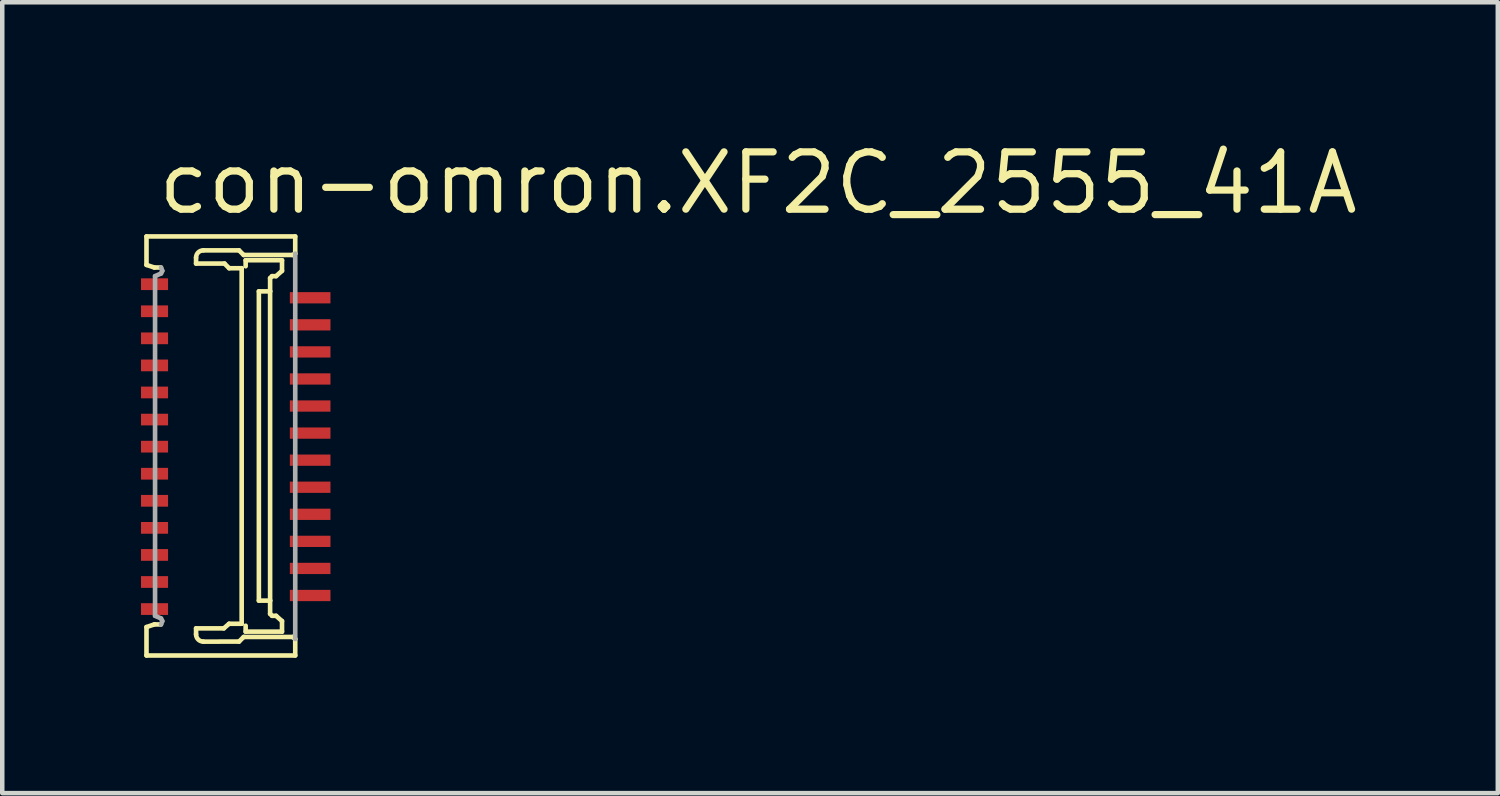
<source format=kicad_pcb>
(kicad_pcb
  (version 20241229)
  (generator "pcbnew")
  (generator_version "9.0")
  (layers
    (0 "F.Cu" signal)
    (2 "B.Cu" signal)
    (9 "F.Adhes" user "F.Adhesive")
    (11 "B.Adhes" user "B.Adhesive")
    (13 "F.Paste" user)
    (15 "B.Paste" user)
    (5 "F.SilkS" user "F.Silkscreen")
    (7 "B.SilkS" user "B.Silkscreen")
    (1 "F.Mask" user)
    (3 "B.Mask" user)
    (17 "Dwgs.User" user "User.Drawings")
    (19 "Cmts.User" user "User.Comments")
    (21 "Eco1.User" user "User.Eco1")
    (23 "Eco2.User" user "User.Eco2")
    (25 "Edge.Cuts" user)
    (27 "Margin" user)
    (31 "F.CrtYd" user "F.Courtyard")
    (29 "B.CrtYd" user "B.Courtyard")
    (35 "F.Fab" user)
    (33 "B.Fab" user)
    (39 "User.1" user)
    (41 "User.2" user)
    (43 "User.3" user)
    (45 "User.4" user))
  (footprint "con-omron.XF2C_2555_41A"
    (layer "F.Cu")
    (at 2.175 6.85)
    (property "Reference" "con-omron.XF2C_2555_41A" (at -1.8 -5.1 0) (layer "F.SilkS") (effects (font (size 1.27 1.27) (thickness 0.16)) (justify left bottom)))
    (attr smd)
    (fp_rect (start -2.15 -3.425) (end -1.45 -3.775) (stroke (width 0.05) (type default)) (fill yes) (layer "F.Mask"))
    (fp_rect (start -2.15 -2.825) (end -1.45 -3.175) (stroke (width 0.05) (type default)) (fill yes) (layer "F.Mask"))
    (fp_rect (start -2.15 -2.225) (end -1.45 -2.575) (stroke (width 0.05) (type default)) (fill yes) (layer "F.Mask"))
    (fp_rect (start -2.15 -1.625) (end -1.45 -1.975) (stroke (width 0.05) (type default)) (fill yes) (layer "F.Mask"))
    (fp_rect (start -2.15 -1.025) (end -1.45 -1.375) (stroke (width 0.05) (type default)) (fill yes) (layer "F.Mask"))
    (fp_rect (start -2.15 -0.425) (end -1.45 -0.775) (stroke (width 0.05) (type default)) (fill yes) (layer "F.Mask"))
    (fp_rect (start -2.15 0.175) (end -1.45 -0.175) (stroke (width 0.05) (type default)) (fill yes) (layer "F.Mask"))
    (fp_rect (start -2.15 0.775) (end -1.45 0.425) (stroke (width 0.05) (type default)) (fill yes) (layer "F.Mask"))
    (fp_rect (start -2.15 1.375) (end -1.45 1.025) (stroke (width 0.05) (type default)) (fill yes) (layer "F.Mask"))
    (fp_rect (start -2.15 1.975) (end -1.45 1.625) (stroke (width 0.05) (type default)) (fill yes) (layer "F.Mask"))
    (fp_rect (start -2.15 2.575) (end -1.45 2.225) (stroke (width 0.05) (type default)) (fill yes) (layer "F.Mask"))
    (fp_rect (start -2.15 3.175) (end -1.45 2.825) (stroke (width 0.05) (type default)) (fill yes) (layer "F.Mask"))
    (fp_rect (start -2.15 3.775) (end -1.45 3.425) (stroke (width 0.05) (type default)) (fill yes) (layer "F.Mask"))
    (fp_rect (start 1.15 -3.125) (end 2.15 -3.475) (stroke (width 0.05) (type default)) (fill yes) (layer "F.Mask"))
    (fp_rect (start 1.15 -2.525) (end 2.15 -2.875) (stroke (width 0.05) (type default)) (fill yes) (layer "F.Mask"))
    (fp_rect (start 1.15 -1.925) (end 2.15 -2.275) (stroke (width 0.05) (type default)) (fill yes) (layer "F.Mask"))
    (fp_rect (start 1.15 -1.325) (end 2.15 -1.675) (stroke (width 0.05) (type default)) (fill yes) (layer "F.Mask"))
    (fp_rect (start 1.15 -0.725) (end 2.15 -1.075) (stroke (width 0.05) (type default)) (fill yes) (layer "F.Mask"))
    (fp_rect (start 1.15 -0.125) (end 2.15 -0.475) (stroke (width 0.05) (type default)) (fill yes) (layer "F.Mask"))
    (fp_rect (start 1.15 0.475) (end 2.15 0.125) (stroke (width 0.05) (type default)) (fill yes) (layer "F.Mask"))
    (fp_rect (start 1.15 1.075) (end 2.15 0.725) (stroke (width 0.05) (type default)) (fill yes) (layer "F.Mask"))
    (fp_rect (start 1.15 1.675) (end 2.15 1.325) (stroke (width 0.05) (type default)) (fill yes) (layer "F.Mask"))
    (fp_rect (start 1.15 2.275) (end 2.15 1.925) (stroke (width 0.05) (type default)) (fill yes) (layer "F.Mask"))
    (fp_rect (start 1.15 2.875) (end 2.15 2.525) (stroke (width 0.05) (type default)) (fill yes) (layer "F.Mask"))
    (fp_rect (start 1.15 3.475) (end 2.15 3.125) (stroke (width 0.05) (type default)) (fill yes) (layer "F.Mask"))
    (fp_line (start -1.978 -4.659) (end 1.319 -4.659) (stroke (width 0.102) (type default)) (layer "F.SilkS"))
    (fp_line (start -1.978 -4.028) (end -1.978 -4.659) (stroke (width 0.102) (type default)) (layer "F.SilkS"))
    (fp_line (start -1.978 3.999) (end -1.803 3.94) (stroke (width 0.102) (type default)) (layer "F.SilkS"))
    (fp_line (start -1.978 4.629) (end -1.978 3.999) (stroke (width 0.102) (type default)) (layer "F.SilkS"))
    (fp_line (start -1.803 -3.97) (end -1.978 -4.028) (stroke (width 0.102) (type default)) (layer "F.SilkS"))
    (fp_line (start -1.803 3.94) (end -1.656 3.941) (stroke (width 0.102) (type default)) (layer "F.SilkS"))
    (fp_line (start -1.656 -3.97) (end -1.803 -3.97) (stroke (width 0.102) (type default)) (layer "F.SilkS"))
    (fp_line (start -0.879 -4.19) (end -0.879 -4.058) (stroke (width 0.102) (type default)) (layer "F.SilkS"))
    (fp_line (start -0.879 -4.058) (end -0.249 -4.058) (stroke (width 0.102) (type default)) (layer "F.SilkS"))
    (fp_line (start -0.879 4.028) (end -0.879 4.16) (stroke (width 0.102) (type default)) (layer "F.SilkS"))
    (fp_line (start -0.718 4.322) (end 0.073 4.321) (stroke (width 0.102) (type default)) (layer "F.SilkS"))
    (fp_line (start -0.264 4.028) (end -0.879 4.028) (stroke (width 0.102) (type default)) (layer "F.SilkS"))
    (fp_line (start -0.249 -4.058) (end -0.146 -3.955) (stroke (width 0.102) (type default)) (layer "F.SilkS"))
    (fp_line (start -0.147 3.926) (end -0.264 4.028) (stroke (width 0.102) (type default)) (layer "F.SilkS"))
    (fp_line (start -0.146 -3.955) (end 0.132 -3.955) (stroke (width 0.102) (type default)) (layer "F.SilkS"))
    (fp_line (start 0.073 4.321) (end 0.176 4.219) (stroke (width 0.102) (type default)) (layer "F.SilkS"))
    (fp_line (start 0.073 -4.351) (end -0.718 -4.351) (stroke (width 0.102) (type default)) (layer "F.SilkS"))
    (fp_line (start 0.132 -3.955) (end 0.132 3.926) (stroke (width 0.102) (type default)) (layer "F.SilkS"))
    (fp_line (start 0.132 3.926) (end -0.147 3.926) (stroke (width 0.102) (type default)) (layer "F.SilkS"))
    (fp_line (start 0.176 -4.248) (end 0.073 -4.351) (stroke (width 0.102) (type default)) (layer "F.SilkS"))
    (fp_line (start 0.176 4.219) (end 1.26 4.219) (stroke (width 0.102) (type default)) (layer "F.SilkS"))
    (fp_line (start 0.22 -4.131) (end 0.22 -3.999) (stroke (width 0.102) (type default)) (layer "F.SilkS"))
    (fp_line (start 0.22 4.101) (end 0.22 3.97) (stroke (width 0.102) (type default)) (layer "F.SilkS"))
    (fp_line (start 0.513 -3.442) (end 0.762 -3.442) (stroke (width 0.102) (type default)) (layer "F.SilkS"))
    (fp_line (start 0.513 3.413) (end 0.513 -3.442) (stroke (width 0.102) (type default)) (layer "F.SilkS"))
    (fp_line (start 0.762 -3.735) (end 0.806 -3.779) (stroke (width 0.102) (type default)) (layer "F.SilkS"))
    (fp_line (start 0.762 -3.442) (end 0.762 -3.735) (stroke (width 0.102) (type default)) (layer "F.SilkS"))
    (fp_line (start 0.762 -3.442) (end 0.762 3.413) (stroke (width 0.102) (type default)) (layer "F.SilkS"))
    (fp_line (start 0.762 3.413) (end 0.513 3.413) (stroke (width 0.102) (type default)) (layer "F.SilkS"))
    (fp_line (start 0.762 3.706) (end 0.762 3.413) (stroke (width 0.102) (type default)) (layer "F.SilkS"))
    (fp_line (start 0.806 -3.779) (end 0.894 -3.779) (stroke (width 0.102) (type default)) (layer "F.SilkS"))
    (fp_line (start 0.806 3.75) (end 0.762 3.706) (stroke (width 0.102) (type default)) (layer "F.SilkS"))
    (fp_line (start 0.894 -3.779) (end 1.026 -3.897) (stroke (width 0.102) (type default)) (layer "F.SilkS"))
    (fp_line (start 0.894 3.75) (end 0.806 3.75) (stroke (width 0.102) (type default)) (layer "F.SilkS"))
    (fp_line (start 1.026 -4.131) (end 0.22 -4.131) (stroke (width 0.102) (type default)) (layer "F.SilkS"))
    (fp_line (start 1.026 -3.897) (end 1.026 -4.131) (stroke (width 0.102) (type default)) (layer "F.SilkS"))
    (fp_line (start 1.026 3.867) (end 0.894 3.75) (stroke (width 0.102) (type default)) (layer "F.SilkS"))
    (fp_line (start 1.026 4.101) (end 0.22 4.101) (stroke (width 0.102) (type default)) (layer "F.SilkS"))
    (fp_line (start 1.026 4.102) (end 1.026 3.867) (stroke (width 0.102) (type default)) (layer "F.SilkS"))
    (fp_line (start 1.26 -4.248) (end 0.176 -4.248) (stroke (width 0.102) (type default)) (layer "F.SilkS"))
    (fp_line (start 1.26 4.219) (end 1.319 4.263) (stroke (width 0.102) (type default)) (layer "F.SilkS"))
    (fp_line (start 1.319 -4.659) (end 1.319 -4.277) (stroke (width 0.102) (type default)) (layer "F.SilkS"))
    (fp_line (start 1.319 -4.277) (end 1.26 -4.248) (stroke (width 0.102) (type default)) (layer "F.SilkS"))
    (fp_line (start 1.319 4.263) (end 1.319 4.629) (stroke (width 0.102) (type default)) (layer "F.SilkS"))
    (fp_line (start 1.319 4.629) (end -1.978 4.629) (stroke (width 0.102) (type default)) (layer "F.SilkS"))
    (fp_arc (start -0.8793 -4.1896) (mid -0.832086 -4.303586) (end -0.7181 -4.3508) (stroke (width 0.1016) (type default)) (layer "F.SilkS"))
    (fp_arc (start -0.7181 4.3215) (mid -0.832086 4.274286) (end -0.8793 4.1603) (stroke (width 0.1016) (type default)) (layer "F.SilkS"))
    (fp_line (start -1.788 -3.779) (end -1.656 -3.838) (stroke (width 0.102) (type default)) (layer "F.Fab"))
    (fp_line (start -1.788 3.75) (end -1.788 -3.779) (stroke (width 0.102) (type default)) (layer "F.Fab"))
    (fp_line (start -1.656 3.808) (end -1.788 3.75) (stroke (width 0.102) (type default)) (layer "F.Fab"))
    (fp_line (start -1.656 3.941) (end -1.627 3.867) (stroke (width 0.102) (type default)) (layer "F.Fab"))
    (fp_line (start -1.656 -3.838) (end -1.627 -3.897) (stroke (width 0.102) (type default)) (layer "F.Fab"))
    (fp_line (start -1.627 -3.897) (end -1.656 -3.97) (stroke (width 0.102) (type default)) (layer "F.Fab"))
    (fp_line (start -1.627 3.867) (end -1.656 3.808) (stroke (width 0.102) (type default)) (layer "F.Fab"))
    (fp_line (start 1.319 -4.277) (end 1.319 4.263) (stroke (width 0.102) (type default)) (layer "F.Fab"))
    (pad "1" smd roundrect (at -1.8 -3.6 270) (size 0.26 0.6) (layers "F.Cu" "F.Mask" "F.Paste") (roundrect_rratio 0.01))
    (pad "2" smd roundrect (at 1.65 -3.3 270) (size 0.25 0.9) (layers "F.Cu" "F.Mask" "F.Paste") (roundrect_rratio 0.01))
    (pad "3" smd roundrect (at -1.8 -3 270) (size 0.26 0.6) (layers "F.Cu" "F.Mask" "F.Paste") (roundrect_rratio 0.01))
    (pad "4" smd roundrect (at 1.65 -2.7 270) (size 0.25 0.9) (layers "F.Cu" "F.Mask" "F.Paste") (roundrect_rratio 0.01))
    (pad "5" smd roundrect (at -1.8 -2.4 270) (size 0.26 0.6) (layers "F.Cu" "F.Mask" "F.Paste") (roundrect_rratio 0.01))
    (pad "6" smd roundrect (at 1.65 -2.1 270) (size 0.25 0.9) (layers "F.Cu" "F.Mask" "F.Paste") (roundrect_rratio 0.01))
    (pad "7" smd roundrect (at -1.8 -1.8 270) (size 0.26 0.6) (layers "F.Cu" "F.Mask" "F.Paste") (roundrect_rratio 0.01))
    (pad "8" smd roundrect (at 1.65 -1.5 270) (size 0.25 0.9) (layers "F.Cu" "F.Mask" "F.Paste") (roundrect_rratio 0.01))
    (pad "9" smd roundrect (at -1.8 -1.2 270) (size 0.26 0.6) (layers "F.Cu" "F.Mask" "F.Paste") (roundrect_rratio 0.01))
    (pad "10" smd roundrect (at 1.65 -0.9 270) (size 0.25 0.9) (layers "F.Cu" "F.Mask" "F.Paste") (roundrect_rratio 0.01))
    (pad "11" smd roundrect (at -1.8 -0.6 270) (size 0.26 0.6) (layers "F.Cu" "F.Mask" "F.Paste") (roundrect_rratio 0.01))
    (pad "12" smd roundrect (at 1.65 -0.3 270) (size 0.25 0.9) (layers "F.Cu" "F.Mask" "F.Paste") (roundrect_rratio 0.01))
    (pad "13" smd roundrect (at -1.8 0 270) (size 0.26 0.6) (layers "F.Cu" "F.Mask" "F.Paste") (roundrect_rratio 0.01))
    (pad "14" smd roundrect (at 1.65 0.3 270) (size 0.25 0.9) (layers "F.Cu" "F.Mask" "F.Paste") (roundrect_rratio 0.01))
    (pad "15" smd roundrect (at -1.8 0.6 270) (size 0.26 0.6) (layers "F.Cu" "F.Mask" "F.Paste") (roundrect_rratio 0.01))
    (pad "16" smd roundrect (at 1.65 0.9 270) (size 0.25 0.9) (layers "F.Cu" "F.Mask" "F.Paste") (roundrect_rratio 0.01))
    (pad "17" smd roundrect (at -1.8 1.2 270) (size 0.26 0.6) (layers "F.Cu" "F.Mask" "F.Paste") (roundrect_rratio 0.01))
    (pad "18" smd roundrect (at 1.65 1.5 270) (size 0.25 0.9) (layers "F.Cu" "F.Mask" "F.Paste") (roundrect_rratio 0.01))
    (pad "19" smd roundrect (at -1.8 1.8 270) (size 0.26 0.6) (layers "F.Cu" "F.Mask" "F.Paste") (roundrect_rratio 0.01))
    (pad "20" smd roundrect (at 1.65 2.1 270) (size 0.25 0.9) (layers "F.Cu" "F.Mask" "F.Paste") (roundrect_rratio 0.01))
    (pad "21" smd roundrect (at -1.8 2.4 270) (size 0.26 0.6) (layers "F.Cu" "F.Mask" "F.Paste") (roundrect_rratio 0.01))
    (pad "22" smd roundrect (at 1.65 2.7 270) (size 0.25 0.9) (layers "F.Cu" "F.Mask" "F.Paste") (roundrect_rratio 0.01))
    (pad "23" smd roundrect (at -1.8 3 270) (size 0.26 0.6) (layers "F.Cu" "F.Mask" "F.Paste") (roundrect_rratio 0.01))
    (pad "24" smd roundrect (at 1.65 3.3 270) (size 0.25 0.9) (layers "F.Cu" "F.Mask" "F.Paste") (roundrect_rratio 0.01))
    (pad "25" smd roundrect (at -1.8 3.6 270) (size 0.26 0.6) (layers "F.Cu" "F.Mask" "F.Paste") (roundrect_rratio 0.01)))
  (gr_rect
    (start -3 -3)
    (end 30.15 14.53)
    (stroke (width 0.1) (type default))
    (fill no)
    (layer "Edge.Cuts")))
</source>
